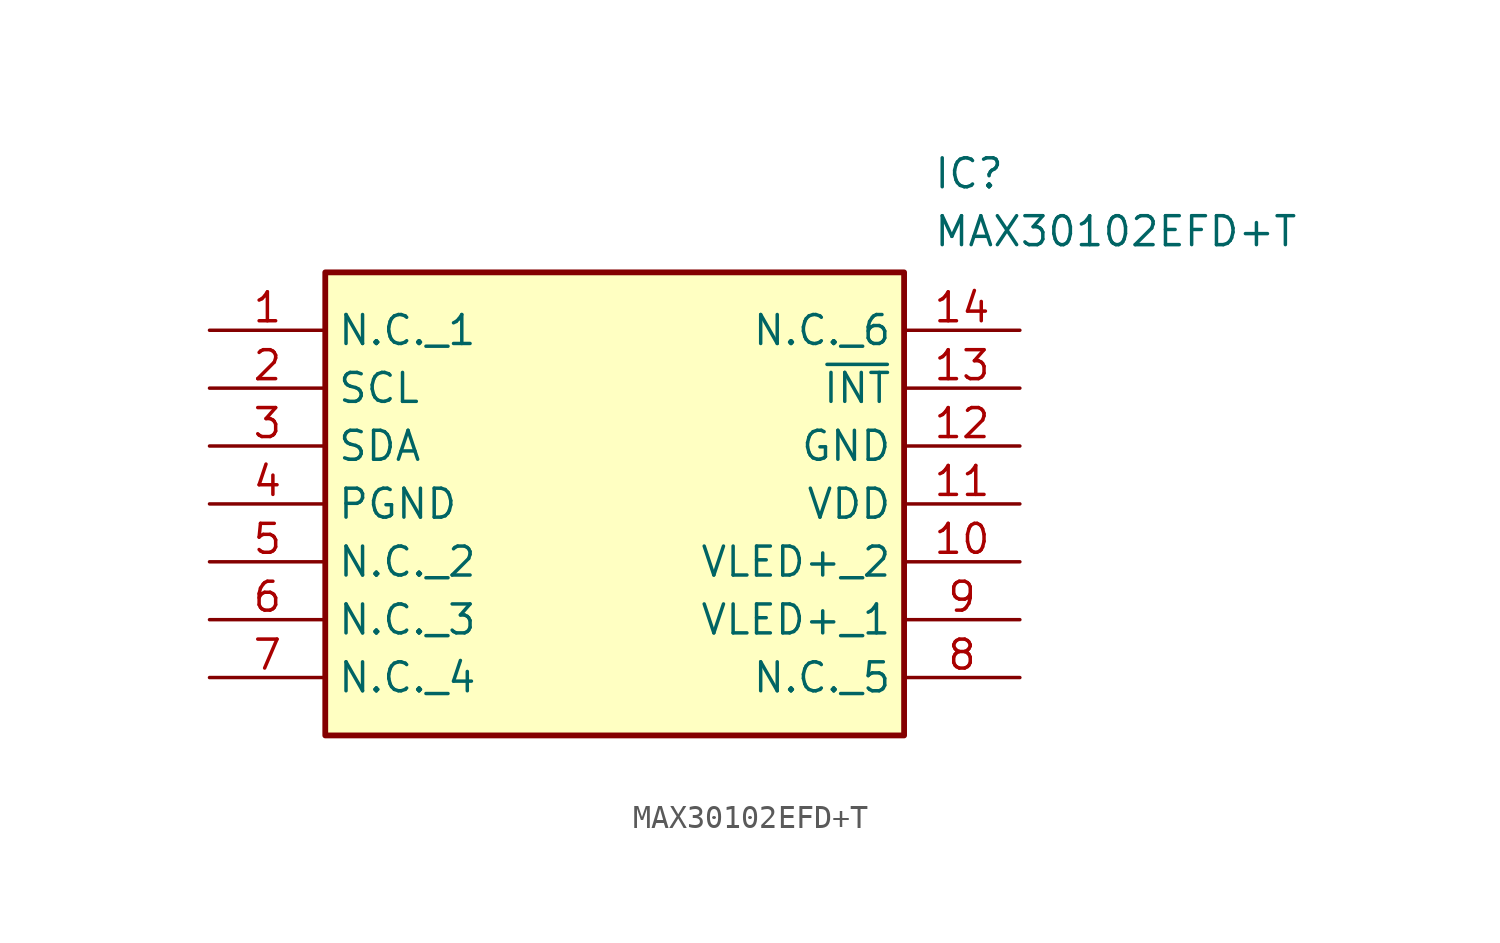
<source format=kicad_sym>
(kicad_symbol_lib
  (version 20211014)
  (generator SamacSys_ECAD_Model)
  (symbol "MAX30102EFD+T"
    (property "Reference" "IC"
      (at 31.75 7.62 0)
      (effects (font (size 1.27 1.27)) (justify left top)))
    (property "Value" "MAX30102EFD+T"
      (at 31.75 5.08 0)
      (effects (font (size 1.27 1.27)) (justify left top)))
    (rectangle
      (start 5.08 2.54)
      (end 30.48 -17.78)
      (stroke (width 0.254) (type default))
      (fill (type background)))
    (pin passive line
      (at 0 0 0)
      (length 5.08)
      (name "N.C._1" (effects (font (size 1.27 1.27))))
      (number "1" (effects (font (size 1.27 1.27)))))
    (pin passive line
      (at 0 -2.54 0)
      (length 5.08)
      (name "SCL" (effects (font (size 1.27 1.27))))
      (number "2" (effects (font (size 1.27 1.27)))))
    (pin passive line
      (at 0 -5.08 0)
      (length 5.08)
      (name "SDA" (effects (font (size 1.27 1.27))))
      (number "3" (effects (font (size 1.27 1.27)))))
    (pin passive line
      (at 0 -7.62 0)
      (length 5.08)
      (name "PGND" (effects (font (size 1.27 1.27))))
      (number "4" (effects (font (size 1.27 1.27)))))
    (pin passive line
      (at 0 -10.16 0)
      (length 5.08)
      (name "N.C._2" (effects (font (size 1.27 1.27))))
      (number "5" (effects (font (size 1.27 1.27)))))
    (pin passive line
      (at 0 -12.7 0)
      (length 5.08)
      (name "N.C._3" (effects (font (size 1.27 1.27))))
      (number "6" (effects (font (size 1.27 1.27)))))
    (pin passive line
      (at 0 -15.24 0)
      (length 5.08)
      (name "N.C._4" (effects (font (size 1.27 1.27))))
      (number "7" (effects (font (size 1.27 1.27)))))
    (pin passive line
      (at 35.56 -15.24 180)
      (length 5.08)
      (name "N.C._5" (effects (font (size 1.27 1.27))))
      (number "8" (effects (font (size 1.27 1.27)))))
    (pin passive line
      (at 35.56 -12.7 180)
      (length 5.08)
      (name "VLED+_1" (effects (font (size 1.27 1.27))))
      (number "9" (effects (font (size 1.27 1.27)))))
    (pin passive line
      (at 35.56 -10.16 180)
      (length 5.08)
      (name "VLED+_2" (effects (font (size 1.27 1.27))))
      (number "10" (effects (font (size 1.27 1.27)))))
    (pin passive line
      (at 35.56 -7.62 180)
      (length 5.08)
      (name "VDD" (effects (font (size 1.27 1.27))))
      (number "11" (effects (font (size 1.27 1.27)))))
    (pin passive line
      (at 35.56 -5.08 180)
      (length 5.08)
      (name "GND" (effects (font (size 1.27 1.27))))
      (number "12" (effects (font (size 1.27 1.27)))))
    (pin passive line
      (at 35.56 -2.54 180)
      (length 5.08)
      (name "~{INT}" (effects (font (size 1.27 1.27))))
      (number "13" (effects (font (size 1.27 1.27)))))
    (pin passive line
      (at 35.56 0 180)
      (length 5.08)
      (name "N.C._6" (effects (font (size 1.27 1.27))))
      (number "14" (effects (font (size 1.27 1.27)))))))
</source>
